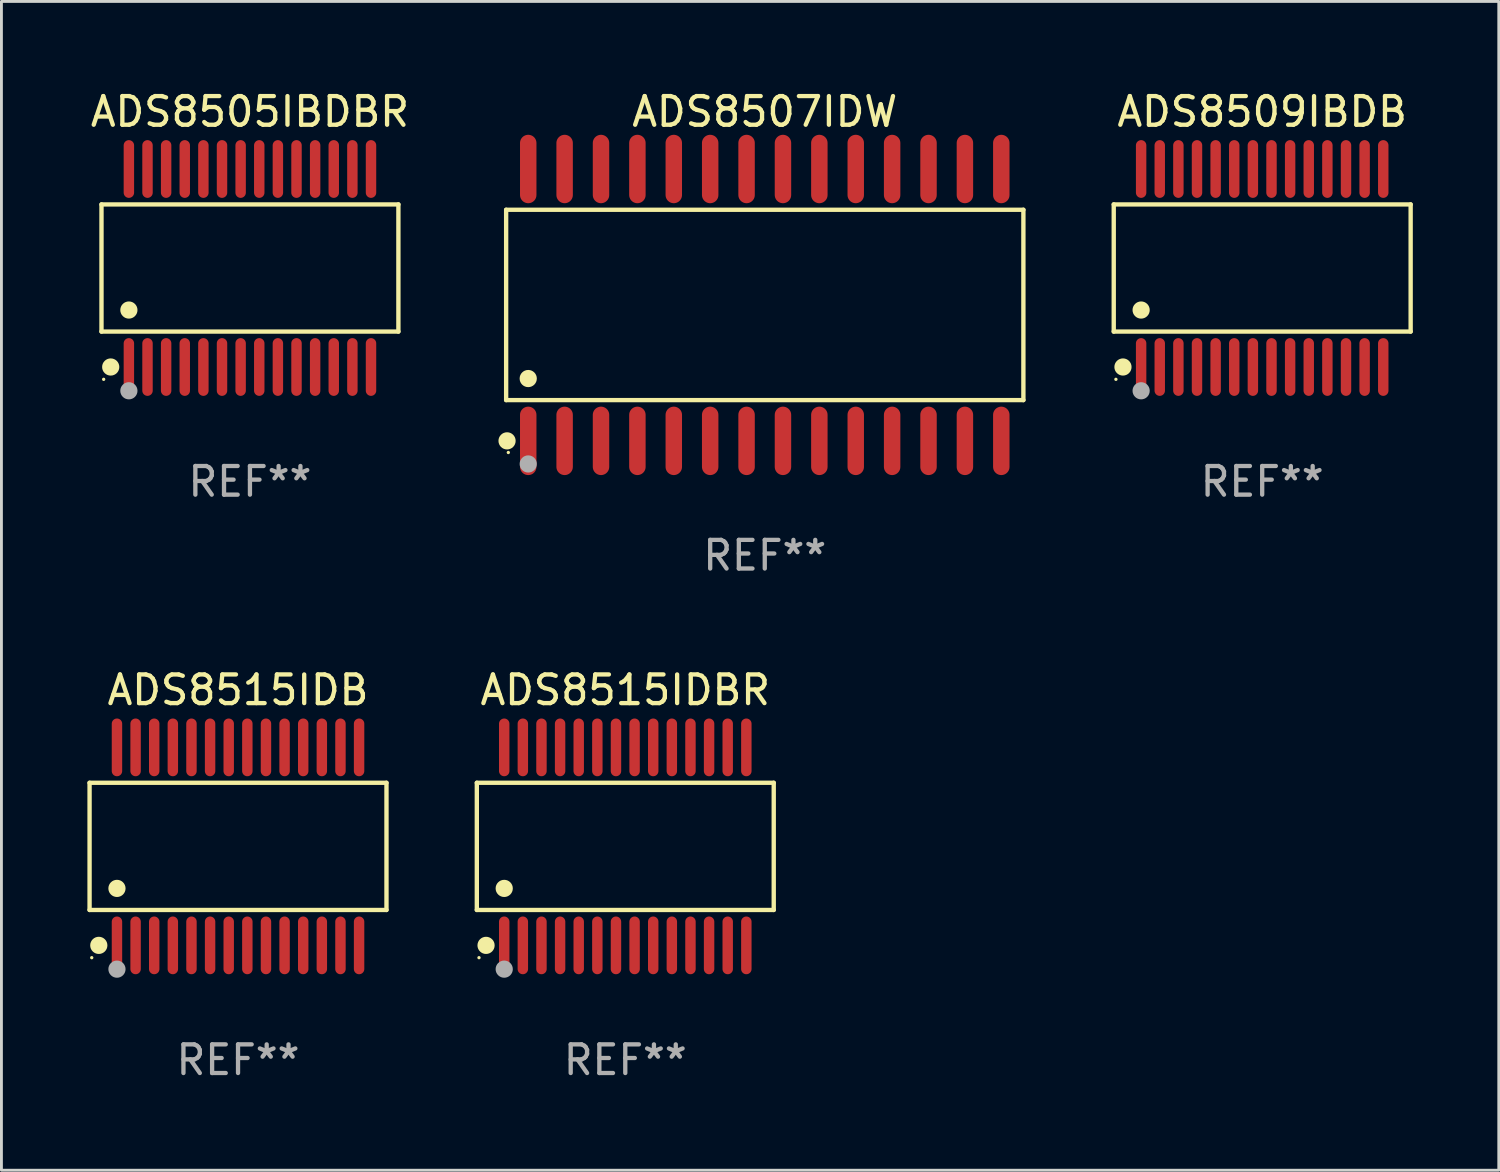
<source format=kicad_pcb>
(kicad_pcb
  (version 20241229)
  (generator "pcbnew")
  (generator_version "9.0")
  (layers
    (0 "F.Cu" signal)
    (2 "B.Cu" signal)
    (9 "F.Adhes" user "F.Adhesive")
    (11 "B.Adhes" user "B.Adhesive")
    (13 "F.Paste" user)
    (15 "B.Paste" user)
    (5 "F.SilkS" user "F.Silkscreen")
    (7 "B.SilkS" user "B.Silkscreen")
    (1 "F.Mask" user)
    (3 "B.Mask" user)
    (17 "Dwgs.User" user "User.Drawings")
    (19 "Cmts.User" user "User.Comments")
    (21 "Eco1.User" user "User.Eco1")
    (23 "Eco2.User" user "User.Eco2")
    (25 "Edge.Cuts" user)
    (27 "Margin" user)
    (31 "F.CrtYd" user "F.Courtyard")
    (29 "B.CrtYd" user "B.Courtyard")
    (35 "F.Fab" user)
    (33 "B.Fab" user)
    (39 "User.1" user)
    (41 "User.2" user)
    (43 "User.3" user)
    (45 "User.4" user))
  (footprint "ADS8507IDW"
    (layer "F.Cu")
    (at 23.64 7.592)
    (property "Reference" "ADS8507IDW" (at 0 -6.744 0) (layer "F.SilkS") (effects (font (size 1 1) (thickness 0.15))))
    (attr through_hole)
    (fp_line (start -9.026 -3.321) (end 9.026 -3.321) (stroke (width 0.152) (type solid)) (layer "F.SilkS"))
    (fp_line (start -9.026 3.321) (end -9.026 -3.321) (stroke (width 0.152) (type solid)) (layer "F.SilkS"))
    (fp_line (start 9.026 -3.321) (end 9.026 3.321) (stroke (width 0.152) (type solid)) (layer "F.SilkS"))
    (fp_line (start 9.026 3.321) (end -9.026 3.321) (stroke (width 0.152) (type solid)) (layer "F.SilkS"))
    (fp_circle (center -8.994 4.744) (end -8.844 4.744) (stroke (width 0.3) (type solid)) (fill no) (layer "F.SilkS"))
    (fp_circle (center -8.95 5.15) (end -8.92 5.15) (stroke (width 0.06) (type solid)) (fill no) (layer "F.SilkS"))
    (fp_circle (center -8.255 2.569) (end -8.105 2.569) (stroke (width 0.3) (type solid)) (fill no) (layer "F.SilkS"))
    (fp_circle (center -8.255 5.55) (end -8.105 5.55) (stroke (width 0.3) (type solid)) (fill no) (layer "F.Fab"))
    (fp_text user "REF**" (at 0 8.744 0) (layer "F.Fab") (effects (font (size 1 1) (thickness 0.15))))
    (pad "1" smd oval (at -8.255 4.744) (size 0.574 2.388) (layers "F.Cu" "F.Mask" "F.Paste"))
    (pad "2" smd oval (at -6.985 4.744) (size 0.574 2.388) (layers "F.Cu" "F.Mask" "F.Paste"))
    (pad "3" smd oval (at -5.715 4.744) (size 0.574 2.388) (layers "F.Cu" "F.Mask" "F.Paste"))
    (pad "4" smd oval (at -4.445 4.744) (size 0.574 2.388) (layers "F.Cu" "F.Mask" "F.Paste"))
    (pad "5" smd oval (at -3.175 4.744) (size 0.574 2.388) (layers "F.Cu" "F.Mask" "F.Paste"))
    (pad "6" smd oval (at -1.905 4.744) (size 0.574 2.388) (layers "F.Cu" "F.Mask" "F.Paste"))
    (pad "7" smd oval (at -0.635 4.744) (size 0.574 2.388) (layers "F.Cu" "F.Mask" "F.Paste"))
    (pad "8" smd oval (at 0.635 4.744) (size 0.574 2.388) (layers "F.Cu" "F.Mask" "F.Paste"))
    (pad "9" smd oval (at 1.905 4.744) (size 0.574 2.388) (layers "F.Cu" "F.Mask" "F.Paste"))
    (pad "10" smd oval (at 3.175 4.744) (size 0.574 2.388) (layers "F.Cu" "F.Mask" "F.Paste"))
    (pad "11" smd oval (at 4.445 4.744) (size 0.574 2.388) (layers "F.Cu" "F.Mask" "F.Paste"))
    (pad "12" smd oval (at 5.715 4.744) (size 0.574 2.388) (layers "F.Cu" "F.Mask" "F.Paste"))
    (pad "13" smd oval (at 6.985 4.744) (size 0.574 2.388) (layers "F.Cu" "F.Mask" "F.Paste"))
    (pad "14" smd oval (at 8.255 4.744) (size 0.574 2.388) (layers "F.Cu" "F.Mask" "F.Paste"))
    (pad "15" smd oval (at 8.255 -4.744) (size 0.574 2.388) (layers "F.Cu" "F.Mask" "F.Paste"))
    (pad "16" smd oval (at 6.985 -4.744) (size 0.574 2.388) (layers "F.Cu" "F.Mask" "F.Paste"))
    (pad "17" smd oval (at 5.715 -4.744) (size 0.574 2.388) (layers "F.Cu" "F.Mask" "F.Paste"))
    (pad "18" smd oval (at 4.445 -4.744) (size 0.574 2.388) (layers "F.Cu" "F.Mask" "F.Paste"))
    (pad "19" smd oval (at 3.175 -4.744) (size 0.574 2.388) (layers "F.Cu" "F.Mask" "F.Paste"))
    (pad "20" smd oval (at 1.905 -4.744) (size 0.574 2.388) (layers "F.Cu" "F.Mask" "F.Paste"))
    (pad "21" smd oval (at 0.635 -4.744) (size 0.574 2.388) (layers "F.Cu" "F.Mask" "F.Paste"))
    (pad "22" smd oval (at -0.635 -4.744) (size 0.574 2.388) (layers "F.Cu" "F.Mask" "F.Paste"))
    (pad "23" smd oval (at -1.905 -4.744) (size 0.574 2.388) (layers "F.Cu" "F.Mask" "F.Paste"))
    (pad "24" smd oval (at -3.175 -4.744) (size 0.574 2.388) (layers "F.Cu" "F.Mask" "F.Paste"))
    (pad "25" smd oval (at -4.445 -4.744) (size 0.574 2.388) (layers "F.Cu" "F.Mask" "F.Paste"))
    (pad "26" smd oval (at -5.715 -4.744) (size 0.574 2.388) (layers "F.Cu" "F.Mask" "F.Paste"))
    (pad "27" smd oval (at -6.985 -4.744) (size 0.574 2.388) (layers "F.Cu" "F.Mask" "F.Paste"))
    (pad "28" smd oval (at -8.255 -4.744) (size 0.574 2.388) (layers "F.Cu" "F.Mask" "F.Paste")))
  (footprint "ADS8515IDBR"
    (layer "F.Cu")
    (at 18.772 26.488)
    (property "Reference" "ADS8515IDBR" (at 0 -5.455 0) (layer "F.SilkS") (effects (font (size 1 1) (thickness 0.15))))
    (attr through_hole)
    (fp_line (start -5.181 -2.219) (end 5.181 -2.219) (stroke (width 0.152) (type solid)) (layer "F.SilkS"))
    (fp_line (start -5.181 2.219) (end -5.181 -2.219) (stroke (width 0.152) (type solid)) (layer "F.SilkS"))
    (fp_line (start 5.181 -2.219) (end 5.181 2.219) (stroke (width 0.152) (type solid)) (layer "F.SilkS"))
    (fp_line (start 5.181 2.219) (end -5.181 2.219) (stroke (width 0.152) (type solid)) (layer "F.SilkS"))
    (fp_circle (center -5.105 3.885) (end -5.075 3.885) (stroke (width 0.06) (type solid)) (fill no) (layer "F.SilkS"))
    (fp_circle (center -4.859 3.455) (end -4.709 3.455) (stroke (width 0.3) (type solid)) (fill no) (layer "F.SilkS"))
    (fp_circle (center -4.225 1.467) (end -4.075 1.467) (stroke (width 0.3) (type solid)) (fill no) (layer "F.SilkS"))
    (fp_circle (center -4.225 4.285) (end -4.075 4.285) (stroke (width 0.3) (type solid)) (fill no) (layer "F.Fab"))
    (fp_text user "REF**" (at 0 7.455 0) (layer "F.Fab") (effects (font (size 1 1) (thickness 0.15))))
    (pad "1" smd oval (at -4.225 3.455) (size 0.364 2.015) (layers "F.Cu" "F.Mask" "F.Paste"))
    (pad "2" smd oval (at -3.575 3.455) (size 0.364 2.015) (layers "F.Cu" "F.Mask" "F.Paste"))
    (pad "3" smd oval (at -2.925 3.455) (size 0.364 2.015) (layers "F.Cu" "F.Mask" "F.Paste"))
    (pad "4" smd oval (at -2.275 3.455) (size 0.364 2.015) (layers "F.Cu" "F.Mask" "F.Paste"))
    (pad "5" smd oval (at -1.625 3.455) (size 0.364 2.015) (layers "F.Cu" "F.Mask" "F.Paste"))
    (pad "6" smd oval (at -0.975 3.455) (size 0.364 2.015) (layers "F.Cu" "F.Mask" "F.Paste"))
    (pad "7" smd oval (at -0.325 3.455) (size 0.364 2.015) (layers "F.Cu" "F.Mask" "F.Paste"))
    (pad "8" smd oval (at 0.325 3.455) (size 0.364 2.015) (layers "F.Cu" "F.Mask" "F.Paste"))
    (pad "9" smd oval (at 0.975 3.455) (size 0.364 2.015) (layers "F.Cu" "F.Mask" "F.Paste"))
    (pad "10" smd oval (at 1.625 3.455) (size 0.364 2.015) (layers "F.Cu" "F.Mask" "F.Paste"))
    (pad "11" smd oval (at 2.275 3.455) (size 0.364 2.015) (layers "F.Cu" "F.Mask" "F.Paste"))
    (pad "12" smd oval (at 2.925 3.455) (size 0.364 2.015) (layers "F.Cu" "F.Mask" "F.Paste"))
    (pad "13" smd oval (at 3.575 3.455) (size 0.364 2.015) (layers "F.Cu" "F.Mask" "F.Paste"))
    (pad "14" smd oval (at 4.225 3.455) (size 0.364 2.015) (layers "F.Cu" "F.Mask" "F.Paste"))
    (pad "15" smd oval (at 4.225 -3.455) (size 0.364 2.015) (layers "F.Cu" "F.Mask" "F.Paste"))
    (pad "16" smd oval (at 3.575 -3.455) (size 0.364 2.015) (layers "F.Cu" "F.Mask" "F.Paste"))
    (pad "17" smd oval (at 2.925 -3.455) (size 0.364 2.015) (layers "F.Cu" "F.Mask" "F.Paste"))
    (pad "18" smd oval (at 2.275 -3.455) (size 0.364 2.015) (layers "F.Cu" "F.Mask" "F.Paste"))
    (pad "19" smd oval (at 1.625 -3.455) (size 0.364 2.015) (layers "F.Cu" "F.Mask" "F.Paste"))
    (pad "20" smd oval (at 0.975 -3.455) (size 0.364 2.015) (layers "F.Cu" "F.Mask" "F.Paste"))
    (pad "21" smd oval (at 0.325 -3.455) (size 0.364 2.015) (layers "F.Cu" "F.Mask" "F.Paste"))
    (pad "22" smd oval (at -0.325 -3.455) (size 0.364 2.015) (layers "F.Cu" "F.Mask" "F.Paste"))
    (pad "23" smd oval (at -0.975 -3.455) (size 0.364 2.015) (layers "F.Cu" "F.Mask" "F.Paste"))
    (pad "24" smd oval (at -1.625 -3.455) (size 0.364 2.015) (layers "F.Cu" "F.Mask" "F.Paste"))
    (pad "25" smd oval (at -2.275 -3.455) (size 0.364 2.015) (layers "F.Cu" "F.Mask" "F.Paste"))
    (pad "26" smd oval (at -2.925 -3.455) (size 0.364 2.015) (layers "F.Cu" "F.Mask" "F.Paste"))
    (pad "27" smd oval (at -3.575 -3.455) (size 0.364 2.015) (layers "F.Cu" "F.Mask" "F.Paste"))
    (pad "28" smd oval (at -4.225 -3.455) (size 0.364 2.015) (layers "F.Cu" "F.Mask" "F.Paste")))
  (footprint "ADS8509IBDB"
    (layer "F.Cu")
    (at 41 6.303)
    (property "Reference" "ADS8509IBDB" (at 0 -5.455 0) (layer "F.SilkS") (effects (font (size 1 1) (thickness 0.15))))
    (attr through_hole)
    (fp_line (start -5.181 -2.219) (end 5.181 -2.219) (stroke (width 0.152) (type solid)) (layer "F.SilkS"))
    (fp_line (start -5.181 2.219) (end -5.181 -2.219) (stroke (width 0.152) (type solid)) (layer "F.SilkS"))
    (fp_line (start 5.181 -2.219) (end 5.181 2.219) (stroke (width 0.152) (type solid)) (layer "F.SilkS"))
    (fp_line (start 5.181 2.219) (end -5.181 2.219) (stroke (width 0.152) (type solid)) (layer "F.SilkS"))
    (fp_circle (center -5.105 3.885) (end -5.075 3.885) (stroke (width 0.06) (type solid)) (fill no) (layer "F.SilkS"))
    (fp_circle (center -4.859 3.455) (end -4.709 3.455) (stroke (width 0.3) (type solid)) (fill no) (layer "F.SilkS"))
    (fp_circle (center -4.225 1.467) (end -4.075 1.467) (stroke (width 0.3) (type solid)) (fill no) (layer "F.SilkS"))
    (fp_circle (center -4.225 4.285) (end -4.075 4.285) (stroke (width 0.3) (type solid)) (fill no) (layer "F.Fab"))
    (fp_text user "REF**" (at 0 7.455 0) (layer "F.Fab") (effects (font (size 1 1) (thickness 0.15))))
    (pad "1" smd oval (at -4.225 3.455) (size 0.364 2.015) (layers "F.Cu" "F.Mask" "F.Paste"))
    (pad "2" smd oval (at -3.575 3.455) (size 0.364 2.015) (layers "F.Cu" "F.Mask" "F.Paste"))
    (pad "3" smd oval (at -2.925 3.455) (size 0.364 2.015) (layers "F.Cu" "F.Mask" "F.Paste"))
    (pad "4" smd oval (at -2.275 3.455) (size 0.364 2.015) (layers "F.Cu" "F.Mask" "F.Paste"))
    (pad "5" smd oval (at -1.625 3.455) (size 0.364 2.015) (layers "F.Cu" "F.Mask" "F.Paste"))
    (pad "6" smd oval (at -0.975 3.455) (size 0.364 2.015) (layers "F.Cu" "F.Mask" "F.Paste"))
    (pad "7" smd oval (at -0.325 3.455) (size 0.364 2.015) (layers "F.Cu" "F.Mask" "F.Paste"))
    (pad "8" smd oval (at 0.325 3.455) (size 0.364 2.015) (layers "F.Cu" "F.Mask" "F.Paste"))
    (pad "9" smd oval (at 0.975 3.455) (size 0.364 2.015) (layers "F.Cu" "F.Mask" "F.Paste"))
    (pad "10" smd oval (at 1.625 3.455) (size 0.364 2.015) (layers "F.Cu" "F.Mask" "F.Paste"))
    (pad "11" smd oval (at 2.275 3.455) (size 0.364 2.015) (layers "F.Cu" "F.Mask" "F.Paste"))
    (pad "12" smd oval (at 2.925 3.455) (size 0.364 2.015) (layers "F.Cu" "F.Mask" "F.Paste"))
    (pad "13" smd oval (at 3.575 3.455) (size 0.364 2.015) (layers "F.Cu" "F.Mask" "F.Paste"))
    (pad "14" smd oval (at 4.225 3.455) (size 0.364 2.015) (layers "F.Cu" "F.Mask" "F.Paste"))
    (pad "15" smd oval (at 4.225 -3.455) (size 0.364 2.015) (layers "F.Cu" "F.Mask" "F.Paste"))
    (pad "16" smd oval (at 3.575 -3.455) (size 0.364 2.015) (layers "F.Cu" "F.Mask" "F.Paste"))
    (pad "17" smd oval (at 2.925 -3.455) (size 0.364 2.015) (layers "F.Cu" "F.Mask" "F.Paste"))
    (pad "18" smd oval (at 2.275 -3.455) (size 0.364 2.015) (layers "F.Cu" "F.Mask" "F.Paste"))
    (pad "19" smd oval (at 1.625 -3.455) (size 0.364 2.015) (layers "F.Cu" "F.Mask" "F.Paste"))
    (pad "20" smd oval (at 0.975 -3.455) (size 0.364 2.015) (layers "F.Cu" "F.Mask" "F.Paste"))
    (pad "21" smd oval (at 0.325 -3.455) (size 0.364 2.015) (layers "F.Cu" "F.Mask" "F.Paste"))
    (pad "22" smd oval (at -0.325 -3.455) (size 0.364 2.015) (layers "F.Cu" "F.Mask" "F.Paste"))
    (pad "23" smd oval (at -0.975 -3.455) (size 0.364 2.015) (layers "F.Cu" "F.Mask" "F.Paste"))
    (pad "24" smd oval (at -1.625 -3.455) (size 0.364 2.015) (layers "F.Cu" "F.Mask" "F.Paste"))
    (pad "25" smd oval (at -2.275 -3.455) (size 0.364 2.015) (layers "F.Cu" "F.Mask" "F.Paste"))
    (pad "26" smd oval (at -2.925 -3.455) (size 0.364 2.015) (layers "F.Cu" "F.Mask" "F.Paste"))
    (pad "27" smd oval (at -3.575 -3.455) (size 0.364 2.015) (layers "F.Cu" "F.Mask" "F.Paste"))
    (pad "28" smd oval (at -4.225 -3.455) (size 0.364 2.015) (layers "F.Cu" "F.Mask" "F.Paste")))
  (footprint "ADS8505IBDBR"
    (layer "F.Cu")
    (at 5.673 6.303)
    (property "Reference" "ADS8505IBDBR" (at 0 -5.455 0) (layer "F.SilkS") (effects (font (size 1 1) (thickness 0.15))))
    (attr through_hole)
    (fp_line (start -5.181 -2.219) (end 5.181 -2.219) (stroke (width 0.152) (type solid)) (layer "F.SilkS"))
    (fp_line (start -5.181 2.219) (end -5.181 -2.219) (stroke (width 0.152) (type solid)) (layer "F.SilkS"))
    (fp_line (start 5.181 -2.219) (end 5.181 2.219) (stroke (width 0.152) (type solid)) (layer "F.SilkS"))
    (fp_line (start 5.181 2.219) (end -5.181 2.219) (stroke (width 0.152) (type solid)) (layer "F.SilkS"))
    (fp_circle (center -5.105 3.885) (end -5.075 3.885) (stroke (width 0.06) (type solid)) (fill no) (layer "F.SilkS"))
    (fp_circle (center -4.859 3.455) (end -4.709 3.455) (stroke (width 0.3) (type solid)) (fill no) (layer "F.SilkS"))
    (fp_circle (center -4.225 1.467) (end -4.075 1.467) (stroke (width 0.3) (type solid)) (fill no) (layer "F.SilkS"))
    (fp_circle (center -4.225 4.285) (end -4.075 4.285) (stroke (width 0.3) (type solid)) (fill no) (layer "F.Fab"))
    (fp_text user "REF**" (at 0 7.455 0) (layer "F.Fab") (effects (font (size 1 1) (thickness 0.15))))
    (pad "1" smd oval (at -4.225 3.455) (size 0.364 2.015) (layers "F.Cu" "F.Mask" "F.Paste"))
    (pad "2" smd oval (at -3.575 3.455) (size 0.364 2.015) (layers "F.Cu" "F.Mask" "F.Paste"))
    (pad "3" smd oval (at -2.925 3.455) (size 0.364 2.015) (layers "F.Cu" "F.Mask" "F.Paste"))
    (pad "4" smd oval (at -2.275 3.455) (size 0.364 2.015) (layers "F.Cu" "F.Mask" "F.Paste"))
    (pad "5" smd oval (at -1.625 3.455) (size 0.364 2.015) (layers "F.Cu" "F.Mask" "F.Paste"))
    (pad "6" smd oval (at -0.975 3.455) (size 0.364 2.015) (layers "F.Cu" "F.Mask" "F.Paste"))
    (pad "7" smd oval (at -0.325 3.455) (size 0.364 2.015) (layers "F.Cu" "F.Mask" "F.Paste"))
    (pad "8" smd oval (at 0.325 3.455) (size 0.364 2.015) (layers "F.Cu" "F.Mask" "F.Paste"))
    (pad "9" smd oval (at 0.975 3.455) (size 0.364 2.015) (layers "F.Cu" "F.Mask" "F.Paste"))
    (pad "10" smd oval (at 1.625 3.455) (size 0.364 2.015) (layers "F.Cu" "F.Mask" "F.Paste"))
    (pad "11" smd oval (at 2.275 3.455) (size 0.364 2.015) (layers "F.Cu" "F.Mask" "F.Paste"))
    (pad "12" smd oval (at 2.925 3.455) (size 0.364 2.015) (layers "F.Cu" "F.Mask" "F.Paste"))
    (pad "13" smd oval (at 3.575 3.455) (size 0.364 2.015) (layers "F.Cu" "F.Mask" "F.Paste"))
    (pad "14" smd oval (at 4.225 3.455) (size 0.364 2.015) (layers "F.Cu" "F.Mask" "F.Paste"))
    (pad "15" smd oval (at 4.225 -3.455) (size 0.364 2.015) (layers "F.Cu" "F.Mask" "F.Paste"))
    (pad "16" smd oval (at 3.575 -3.455) (size 0.364 2.015) (layers "F.Cu" "F.Mask" "F.Paste"))
    (pad "17" smd oval (at 2.925 -3.455) (size 0.364 2.015) (layers "F.Cu" "F.Mask" "F.Paste"))
    (pad "18" smd oval (at 2.275 -3.455) (size 0.364 2.015) (layers "F.Cu" "F.Mask" "F.Paste"))
    (pad "19" smd oval (at 1.625 -3.455) (size 0.364 2.015) (layers "F.Cu" "F.Mask" "F.Paste"))
    (pad "20" smd oval (at 0.975 -3.455) (size 0.364 2.015) (layers "F.Cu" "F.Mask" "F.Paste"))
    (pad "21" smd oval (at 0.325 -3.455) (size 0.364 2.015) (layers "F.Cu" "F.Mask" "F.Paste"))
    (pad "22" smd oval (at -0.325 -3.455) (size 0.364 2.015) (layers "F.Cu" "F.Mask" "F.Paste"))
    (pad "23" smd oval (at -0.975 -3.455) (size 0.364 2.015) (layers "F.Cu" "F.Mask" "F.Paste"))
    (pad "24" smd oval (at -1.625 -3.455) (size 0.364 2.015) (layers "F.Cu" "F.Mask" "F.Paste"))
    (pad "25" smd oval (at -2.275 -3.455) (size 0.364 2.015) (layers "F.Cu" "F.Mask" "F.Paste"))
    (pad "26" smd oval (at -2.925 -3.455) (size 0.364 2.015) (layers "F.Cu" "F.Mask" "F.Paste"))
    (pad "27" smd oval (at -3.575 -3.455) (size 0.364 2.015) (layers "F.Cu" "F.Mask" "F.Paste"))
    (pad "28" smd oval (at -4.225 -3.455) (size 0.364 2.015) (layers "F.Cu" "F.Mask" "F.Paste")))
  (footprint "ADS8515IDB"
    (layer "F.Cu")
    (at 5.257 26.488)
    (property "Reference" "ADS8515IDB" (at 0 -5.455 0) (layer "F.SilkS") (effects (font (size 1 1) (thickness 0.15))))
    (attr through_hole)
    (fp_line (start -5.181 -2.219) (end 5.181 -2.219) (stroke (width 0.152) (type solid)) (layer "F.SilkS"))
    (fp_line (start -5.181 2.219) (end -5.181 -2.219) (stroke (width 0.152) (type solid)) (layer "F.SilkS"))
    (fp_line (start 5.181 -2.219) (end 5.181 2.219) (stroke (width 0.152) (type solid)) (layer "F.SilkS"))
    (fp_line (start 5.181 2.219) (end -5.181 2.219) (stroke (width 0.152) (type solid)) (layer "F.SilkS"))
    (fp_circle (center -5.105 3.885) (end -5.075 3.885) (stroke (width 0.06) (type solid)) (fill no) (layer "F.SilkS"))
    (fp_circle (center -4.859 3.455) (end -4.709 3.455) (stroke (width 0.3) (type solid)) (fill no) (layer "F.SilkS"))
    (fp_circle (center -4.225 1.467) (end -4.075 1.467) (stroke (width 0.3) (type solid)) (fill no) (layer "F.SilkS"))
    (fp_circle (center -4.225 4.285) (end -4.075 4.285) (stroke (width 0.3) (type solid)) (fill no) (layer "F.Fab"))
    (fp_text user "REF**" (at 0 7.455 0) (layer "F.Fab") (effects (font (size 1 1) (thickness 0.15))))
    (pad "1" smd oval (at -4.225 3.455) (size 0.364 2.015) (layers "F.Cu" "F.Mask" "F.Paste"))
    (pad "2" smd oval (at -3.575 3.455) (size 0.364 2.015) (layers "F.Cu" "F.Mask" "F.Paste"))
    (pad "3" smd oval (at -2.925 3.455) (size 0.364 2.015) (layers "F.Cu" "F.Mask" "F.Paste"))
    (pad "4" smd oval (at -2.275 3.455) (size 0.364 2.015) (layers "F.Cu" "F.Mask" "F.Paste"))
    (pad "5" smd oval (at -1.625 3.455) (size 0.364 2.015) (layers "F.Cu" "F.Mask" "F.Paste"))
    (pad "6" smd oval (at -0.975 3.455) (size 0.364 2.015) (layers "F.Cu" "F.Mask" "F.Paste"))
    (pad "7" smd oval (at -0.325 3.455) (size 0.364 2.015) (layers "F.Cu" "F.Mask" "F.Paste"))
    (pad "8" smd oval (at 0.325 3.455) (size 0.364 2.015) (layers "F.Cu" "F.Mask" "F.Paste"))
    (pad "9" smd oval (at 0.975 3.455) (size 0.364 2.015) (layers "F.Cu" "F.Mask" "F.Paste"))
    (pad "10" smd oval (at 1.625 3.455) (size 0.364 2.015) (layers "F.Cu" "F.Mask" "F.Paste"))
    (pad "11" smd oval (at 2.275 3.455) (size 0.364 2.015) (layers "F.Cu" "F.Mask" "F.Paste"))
    (pad "12" smd oval (at 2.925 3.455) (size 0.364 2.015) (layers "F.Cu" "F.Mask" "F.Paste"))
    (pad "13" smd oval (at 3.575 3.455) (size 0.364 2.015) (layers "F.Cu" "F.Mask" "F.Paste"))
    (pad "14" smd oval (at 4.225 3.455) (size 0.364 2.015) (layers "F.Cu" "F.Mask" "F.Paste"))
    (pad "15" smd oval (at 4.225 -3.455) (size 0.364 2.015) (layers "F.Cu" "F.Mask" "F.Paste"))
    (pad "16" smd oval (at 3.575 -3.455) (size 0.364 2.015) (layers "F.Cu" "F.Mask" "F.Paste"))
    (pad "17" smd oval (at 2.925 -3.455) (size 0.364 2.015) (layers "F.Cu" "F.Mask" "F.Paste"))
    (pad "18" smd oval (at 2.275 -3.455) (size 0.364 2.015) (layers "F.Cu" "F.Mask" "F.Paste"))
    (pad "19" smd oval (at 1.625 -3.455) (size 0.364 2.015) (layers "F.Cu" "F.Mask" "F.Paste"))
    (pad "20" smd oval (at 0.975 -3.455) (size 0.364 2.015) (layers "F.Cu" "F.Mask" "F.Paste"))
    (pad "21" smd oval (at 0.325 -3.455) (size 0.364 2.015) (layers "F.Cu" "F.Mask" "F.Paste"))
    (pad "22" smd oval (at -0.325 -3.455) (size 0.364 2.015) (layers "F.Cu" "F.Mask" "F.Paste"))
    (pad "23" smd oval (at -0.975 -3.455) (size 0.364 2.015) (layers "F.Cu" "F.Mask" "F.Paste"))
    (pad "24" smd oval (at -1.625 -3.455) (size 0.364 2.015) (layers "F.Cu" "F.Mask" "F.Paste"))
    (pad "25" smd oval (at -2.275 -3.455) (size 0.364 2.015) (layers "F.Cu" "F.Mask" "F.Paste"))
    (pad "26" smd oval (at -2.925 -3.455) (size 0.364 2.015) (layers "F.Cu" "F.Mask" "F.Paste"))
    (pad "27" smd oval (at -3.575 -3.455) (size 0.364 2.015) (layers "F.Cu" "F.Mask" "F.Paste"))
    (pad "28" smd oval (at -4.225 -3.455) (size 0.364 2.015) (layers "F.Cu" "F.Mask" "F.Paste")))
  (gr_rect
    (start -3 -3)
    (end 49.257 37.791)
    (stroke (width 0.1) (type default))
    (fill no)
    (layer "Edge.Cuts")))
</source>
